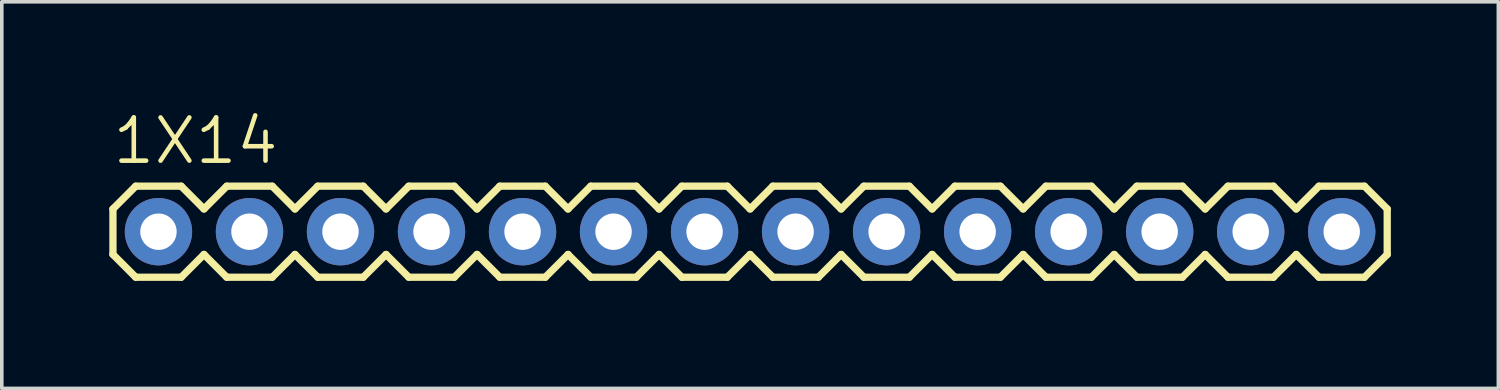
<source format=kicad_pcb>
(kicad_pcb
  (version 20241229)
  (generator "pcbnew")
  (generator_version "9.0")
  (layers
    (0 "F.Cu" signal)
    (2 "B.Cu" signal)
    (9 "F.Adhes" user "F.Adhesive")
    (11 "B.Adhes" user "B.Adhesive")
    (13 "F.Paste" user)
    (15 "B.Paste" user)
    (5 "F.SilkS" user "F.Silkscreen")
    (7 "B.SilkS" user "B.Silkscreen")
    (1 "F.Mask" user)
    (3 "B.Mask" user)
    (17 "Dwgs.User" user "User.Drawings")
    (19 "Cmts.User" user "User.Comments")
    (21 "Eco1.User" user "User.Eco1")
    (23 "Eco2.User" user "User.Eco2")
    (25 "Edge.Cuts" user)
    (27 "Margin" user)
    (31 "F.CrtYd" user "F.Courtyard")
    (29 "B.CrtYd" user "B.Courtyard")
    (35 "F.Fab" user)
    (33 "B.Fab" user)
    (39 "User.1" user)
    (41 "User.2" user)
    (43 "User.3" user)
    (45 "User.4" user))
  (footprint "1X14"
    (layer "F.Cu")
    (at 1.372 3.416)
    (property "Reference" "1X14" (at -1.346 -1.829 0) (layer "F.SilkS") (effects (font (size 1.206 1.206) (thickness 0.127)) (justify left bottom)))
    (attr through_hole)
    (fp_line (start -1.27 -0.635) (end -1.27 0.635) (stroke (width 0.203) (type solid)) (layer "F.SilkS"))
    (fp_line (start -1.27 0.635) (end -0.635 1.27) (stroke (width 0.203) (type solid)) (layer "F.SilkS"))
    (fp_line (start -0.635 -1.27) (end -1.27 -0.635) (stroke (width 0.203) (type solid)) (layer "F.SilkS"))
    (fp_line (start -0.635 -1.27) (end 0.635 -1.27) (stroke (width 0.203) (type solid)) (layer "F.SilkS"))
    (fp_line (start 0.635 -1.27) (end 1.27 -0.635) (stroke (width 0.203) (type solid)) (layer "F.SilkS"))
    (fp_line (start 0.635 1.27) (end -0.635 1.27) (stroke (width 0.203) (type solid)) (layer "F.SilkS"))
    (fp_line (start 1.27 -0.635) (end 1.905 -1.27) (stroke (width 0.203) (type solid)) (layer "F.SilkS"))
    (fp_line (start 1.27 0.635) (end 0.635 1.27) (stroke (width 0.203) (type solid)) (layer "F.SilkS"))
    (fp_line (start 1.905 -1.27) (end 3.175 -1.27) (stroke (width 0.203) (type solid)) (layer "F.SilkS"))
    (fp_line (start 1.905 1.27) (end 1.27 0.635) (stroke (width 0.203) (type solid)) (layer "F.SilkS"))
    (fp_line (start 3.175 -1.27) (end 3.81 -0.635) (stroke (width 0.203) (type solid)) (layer "F.SilkS"))
    (fp_line (start 3.175 1.27) (end 1.905 1.27) (stroke (width 0.203) (type solid)) (layer "F.SilkS"))
    (fp_line (start 3.81 -0.635) (end 4.445 -1.27) (stroke (width 0.203) (type solid)) (layer "F.SilkS"))
    (fp_line (start 3.81 0.635) (end 3.175 1.27) (stroke (width 0.203) (type solid)) (layer "F.SilkS"))
    (fp_line (start 4.445 -1.27) (end 5.715 -1.27) (stroke (width 0.203) (type solid)) (layer "F.SilkS"))
    (fp_line (start 4.445 1.27) (end 3.81 0.635) (stroke (width 0.203) (type solid)) (layer "F.SilkS"))
    (fp_line (start 5.715 -1.27) (end 6.35 -0.635) (stroke (width 0.203) (type solid)) (layer "F.SilkS"))
    (fp_line (start 5.715 1.27) (end 4.445 1.27) (stroke (width 0.203) (type solid)) (layer "F.SilkS"))
    (fp_line (start 6.35 0.635) (end 5.715 1.27) (stroke (width 0.203) (type solid)) (layer "F.SilkS"))
    (fp_line (start 6.35 0.635) (end 6.985 1.27) (stroke (width 0.203) (type solid)) (layer "F.SilkS"))
    (fp_line (start 6.985 -1.27) (end 6.35 -0.635) (stroke (width 0.203) (type solid)) (layer "F.SilkS"))
    (fp_line (start 6.985 -1.27) (end 8.255 -1.27) (stroke (width 0.203) (type solid)) (layer "F.SilkS"))
    (fp_line (start 8.255 -1.27) (end 8.89 -0.635) (stroke (width 0.203) (type solid)) (layer "F.SilkS"))
    (fp_line (start 8.255 1.27) (end 6.985 1.27) (stroke (width 0.203) (type solid)) (layer "F.SilkS"))
    (fp_line (start 8.89 -0.635) (end 9.525 -1.27) (stroke (width 0.203) (type solid)) (layer "F.SilkS"))
    (fp_line (start 8.89 0.635) (end 8.255 1.27) (stroke (width 0.203) (type solid)) (layer "F.SilkS"))
    (fp_line (start 9.525 -1.27) (end 10.795 -1.27) (stroke (width 0.203) (type solid)) (layer "F.SilkS"))
    (fp_line (start 9.525 1.27) (end 8.89 0.635) (stroke (width 0.203) (type solid)) (layer "F.SilkS"))
    (fp_line (start 10.795 -1.27) (end 11.43 -0.635) (stroke (width 0.203) (type solid)) (layer "F.SilkS"))
    (fp_line (start 10.795 1.27) (end 9.525 1.27) (stroke (width 0.203) (type solid)) (layer "F.SilkS"))
    (fp_line (start 11.43 -0.635) (end 12.065 -1.27) (stroke (width 0.203) (type solid)) (layer "F.SilkS"))
    (fp_line (start 11.43 0.635) (end 10.795 1.27) (stroke (width 0.203) (type solid)) (layer "F.SilkS"))
    (fp_line (start 12.065 -1.27) (end 13.335 -1.27) (stroke (width 0.203) (type solid)) (layer "F.SilkS"))
    (fp_line (start 12.065 1.27) (end 11.43 0.635) (stroke (width 0.203) (type solid)) (layer "F.SilkS"))
    (fp_line (start 13.335 -1.27) (end 13.97 -0.635) (stroke (width 0.203) (type solid)) (layer "F.SilkS"))
    (fp_line (start 13.335 1.27) (end 12.065 1.27) (stroke (width 0.203) (type solid)) (layer "F.SilkS"))
    (fp_line (start 13.97 0.635) (end 13.335 1.27) (stroke (width 0.203) (type solid)) (layer "F.SilkS"))
    (fp_line (start 13.97 0.635) (end 14.605 1.27) (stroke (width 0.203) (type solid)) (layer "F.SilkS"))
    (fp_line (start 14.605 -1.27) (end 13.97 -0.635) (stroke (width 0.203) (type solid)) (layer "F.SilkS"))
    (fp_line (start 14.605 -1.27) (end 15.875 -1.27) (stroke (width 0.203) (type solid)) (layer "F.SilkS"))
    (fp_line (start 15.875 -1.27) (end 16.51 -0.635) (stroke (width 0.203) (type solid)) (layer "F.SilkS"))
    (fp_line (start 15.875 1.27) (end 14.605 1.27) (stroke (width 0.203) (type solid)) (layer "F.SilkS"))
    (fp_line (start 16.51 0.635) (end 15.875 1.27) (stroke (width 0.203) (type solid)) (layer "F.SilkS"))
    (fp_line (start 16.51 0.635) (end 17.145 1.27) (stroke (width 0.203) (type solid)) (layer "F.SilkS"))
    (fp_line (start 17.145 -1.27) (end 16.51 -0.635) (stroke (width 0.203) (type solid)) (layer "F.SilkS"))
    (fp_line (start 17.145 -1.27) (end 18.415 -1.27) (stroke (width 0.203) (type solid)) (layer "F.SilkS"))
    (fp_line (start 18.415 -1.27) (end 19.05 -0.635) (stroke (width 0.203) (type solid)) (layer "F.SilkS"))
    (fp_line (start 18.415 1.27) (end 17.145 1.27) (stroke (width 0.203) (type solid)) (layer "F.SilkS"))
    (fp_line (start 19.05 -0.635) (end 19.685 -1.27) (stroke (width 0.203) (type solid)) (layer "F.SilkS"))
    (fp_line (start 19.05 0.635) (end 18.415 1.27) (stroke (width 0.203) (type solid)) (layer "F.SilkS"))
    (fp_line (start 19.685 -1.27) (end 20.955 -1.27) (stroke (width 0.203) (type solid)) (layer "F.SilkS"))
    (fp_line (start 19.685 1.27) (end 19.05 0.635) (stroke (width 0.203) (type solid)) (layer "F.SilkS"))
    (fp_line (start 20.955 -1.27) (end 21.59 -0.635) (stroke (width 0.203) (type solid)) (layer "F.SilkS"))
    (fp_line (start 20.955 1.27) (end 19.685 1.27) (stroke (width 0.203) (type solid)) (layer "F.SilkS"))
    (fp_line (start 21.59 -0.635) (end 22.225 -1.27) (stroke (width 0.203) (type solid)) (layer "F.SilkS"))
    (fp_line (start 21.59 0.635) (end 20.955 1.27) (stroke (width 0.203) (type solid)) (layer "F.SilkS"))
    (fp_line (start 22.225 -1.27) (end 23.495 -1.27) (stroke (width 0.203) (type solid)) (layer "F.SilkS"))
    (fp_line (start 22.225 1.27) (end 21.59 0.635) (stroke (width 0.203) (type solid)) (layer "F.SilkS"))
    (fp_line (start 23.495 -1.27) (end 24.13 -0.635) (stroke (width 0.203) (type solid)) (layer "F.SilkS"))
    (fp_line (start 23.495 1.27) (end 22.225 1.27) (stroke (width 0.203) (type solid)) (layer "F.SilkS"))
    (fp_line (start 24.13 0.635) (end 23.495 1.27) (stroke (width 0.203) (type solid)) (layer "F.SilkS"))
    (fp_line (start 24.13 0.635) (end 24.765 1.27) (stroke (width 0.203) (type solid)) (layer "F.SilkS"))
    (fp_line (start 24.765 -1.27) (end 24.13 -0.635) (stroke (width 0.203) (type solid)) (layer "F.SilkS"))
    (fp_line (start 24.765 -1.27) (end 26.035 -1.27) (stroke (width 0.203) (type solid)) (layer "F.SilkS"))
    (fp_line (start 26.035 -1.27) (end 26.67 -0.635) (stroke (width 0.203) (type solid)) (layer "F.SilkS"))
    (fp_line (start 26.035 1.27) (end 24.765 1.27) (stroke (width 0.203) (type solid)) (layer "F.SilkS"))
    (fp_line (start 26.67 -0.635) (end 27.305 -1.27) (stroke (width 0.203) (type solid)) (layer "F.SilkS"))
    (fp_line (start 26.67 0.635) (end 26.035 1.27) (stroke (width 0.203) (type solid)) (layer "F.SilkS"))
    (fp_line (start 27.305 -1.27) (end 28.575 -1.27) (stroke (width 0.203) (type solid)) (layer "F.SilkS"))
    (fp_line (start 27.305 1.27) (end 26.67 0.635) (stroke (width 0.203) (type solid)) (layer "F.SilkS"))
    (fp_line (start 28.575 -1.27) (end 29.21 -0.635) (stroke (width 0.203) (type solid)) (layer "F.SilkS"))
    (fp_line (start 28.575 1.27) (end 27.305 1.27) (stroke (width 0.203) (type solid)) (layer "F.SilkS"))
    (fp_line (start 29.21 -0.635) (end 29.845 -1.27) (stroke (width 0.203) (type solid)) (layer "F.SilkS"))
    (fp_line (start 29.21 0.635) (end 28.575 1.27) (stroke (width 0.203) (type solid)) (layer "F.SilkS"))
    (fp_line (start 29.845 -1.27) (end 31.115 -1.27) (stroke (width 0.203) (type solid)) (layer "F.SilkS"))
    (fp_line (start 29.845 1.27) (end 29.21 0.635) (stroke (width 0.203) (type solid)) (layer "F.SilkS"))
    (fp_line (start 31.115 -1.27) (end 31.75 -0.635) (stroke (width 0.203) (type solid)) (layer "F.SilkS"))
    (fp_line (start 31.115 1.27) (end 29.845 1.27) (stroke (width 0.203) (type solid)) (layer "F.SilkS"))
    (fp_line (start 31.75 0.635) (end 31.115 1.27) (stroke (width 0.203) (type solid)) (layer "F.SilkS"))
    (fp_line (start 31.75 0.635) (end 32.385 1.27) (stroke (width 0.203) (type solid)) (layer "F.SilkS"))
    (fp_line (start 32.385 -1.27) (end 31.75 -0.635) (stroke (width 0.203) (type solid)) (layer "F.SilkS"))
    (fp_line (start 32.385 -1.27) (end 33.655 -1.27) (stroke (width 0.203) (type solid)) (layer "F.SilkS"))
    (fp_line (start 33.655 -1.27) (end 34.29 -0.635) (stroke (width 0.203) (type solid)) (layer "F.SilkS"))
    (fp_line (start 33.655 1.27) (end 32.385 1.27) (stroke (width 0.203) (type solid)) (layer "F.SilkS"))
    (fp_line (start 34.29 -0.635) (end 34.29 0.635) (stroke (width 0.203) (type solid)) (layer "F.SilkS"))
    (fp_line (start 34.29 0.635) (end 33.655 1.27) (stroke (width 0.203) (type solid)) (layer "F.SilkS"))
    (fp_poly (pts (xy -0.254 0.254) (xy 0.254 0.254) (xy 0.254 -0.254) (xy -0.254 -0.254)) (stroke (width 0.1) (type solid)) (fill no) (layer "F.Fab"))
    (fp_poly (pts (xy 2.286 0.254) (xy 2.794 0.254) (xy 2.794 -0.254) (xy 2.286 -0.254)) (stroke (width 0.1) (type solid)) (fill no) (layer "F.Fab"))
    (fp_poly (pts (xy 4.826 0.254) (xy 5.334 0.254) (xy 5.334 -0.254) (xy 4.826 -0.254)) (stroke (width 0.1) (type solid)) (fill no) (layer "F.Fab"))
    (fp_poly (pts (xy 7.366 0.254) (xy 7.874 0.254) (xy 7.874 -0.254) (xy 7.366 -0.254)) (stroke (width 0.1) (type solid)) (fill no) (layer "F.Fab"))
    (fp_poly (pts (xy 9.906 0.254) (xy 10.414 0.254) (xy 10.414 -0.254) (xy 9.906 -0.254)) (stroke (width 0.1) (type solid)) (fill no) (layer "F.Fab"))
    (fp_poly (pts (xy 12.446 0.254) (xy 12.954 0.254) (xy 12.954 -0.254) (xy 12.446 -0.254)) (stroke (width 0.1) (type solid)) (fill no) (layer "F.Fab"))
    (fp_poly (pts (xy 14.986 0.254) (xy 15.494 0.254) (xy 15.494 -0.254) (xy 14.986 -0.254)) (stroke (width 0.1) (type solid)) (fill no) (layer "F.Fab"))
    (fp_poly (pts (xy 17.526 0.254) (xy 18.034 0.254) (xy 18.034 -0.254) (xy 17.526 -0.254)) (stroke (width 0.1) (type solid)) (fill no) (layer "F.Fab"))
    (fp_poly (pts (xy 20.066 0.254) (xy 20.574 0.254) (xy 20.574 -0.254) (xy 20.066 -0.254)) (stroke (width 0.1) (type solid)) (fill no) (layer "F.Fab"))
    (fp_poly (pts (xy 22.606 0.254) (xy 23.114 0.254) (xy 23.114 -0.254) (xy 22.606 -0.254)) (stroke (width 0.1) (type solid)) (fill no) (layer "F.Fab"))
    (fp_poly (pts (xy 25.146 0.254) (xy 25.654 0.254) (xy 25.654 -0.254) (xy 25.146 -0.254)) (stroke (width 0.1) (type solid)) (fill no) (layer "F.Fab"))
    (fp_poly (pts (xy 27.686 0.254) (xy 28.194 0.254) (xy 28.194 -0.254) (xy 27.686 -0.254)) (stroke (width 0.1) (type solid)) (fill no) (layer "F.Fab"))
    (fp_poly (pts (xy 30.226 0.254) (xy 30.734 0.254) (xy 30.734 -0.254) (xy 30.226 -0.254)) (stroke (width 0.1) (type solid)) (fill no) (layer "F.Fab"))
    (fp_poly (pts (xy 32.766 0.254) (xy 33.274 0.254) (xy 33.274 -0.254) (xy 32.766 -0.254)) (stroke (width 0.1) (type solid)) (fill no) (layer "F.Fab"))
    (pad "1" thru_hole circle (at 0 0 90) (size 1.88 1.88) (drill 1.016) (layers "*.Cu" "*.Mask"))
    (pad "2" thru_hole circle (at 2.54 0 90) (size 1.88 1.88) (drill 1.016) (layers "*.Cu" "*.Mask"))
    (pad "3" thru_hole circle (at 5.08 0 90) (size 1.88 1.88) (drill 1.016) (layers "*.Cu" "*.Mask"))
    (pad "4" thru_hole circle (at 7.62 0 90) (size 1.88 1.88) (drill 1.016) (layers "*.Cu" "*.Mask"))
    (pad "5" thru_hole circle (at 10.16 0 90) (size 1.88 1.88) (drill 1.016) (layers "*.Cu" "*.Mask"))
    (pad "6" thru_hole circle (at 12.7 0 90) (size 1.88 1.88) (drill 1.016) (layers "*.Cu" "*.Mask"))
    (pad "7" thru_hole circle (at 15.24 0 90) (size 1.88 1.88) (drill 1.016) (layers "*.Cu" "*.Mask"))
    (pad "8" thru_hole circle (at 17.78 0 90) (size 1.88 1.88) (drill 1.016) (layers "*.Cu" "*.Mask"))
    (pad "9" thru_hole circle (at 20.32 0 90) (size 1.88 1.88) (drill 1.016) (layers "*.Cu" "*.Mask"))
    (pad "10" thru_hole circle (at 22.86 0 90) (size 1.88 1.88) (drill 1.016) (layers "*.Cu" "*.Mask"))
    (pad "11" thru_hole circle (at 25.4 0 90) (size 1.88 1.88) (drill 1.016) (layers "*.Cu" "*.Mask"))
    (pad "12" thru_hole circle (at 27.94 0 90) (size 1.88 1.88) (drill 1.016) (layers "*.Cu" "*.Mask"))
    (pad "13" thru_hole circle (at 30.48 0 90) (size 1.88 1.88) (drill 1.016) (layers "*.Cu" "*.Mask"))
    (pad "14" thru_hole circle (at 33.02 0 90) (size 1.88 1.88) (drill 1.016) (layers "*.Cu" "*.Mask")))
  (gr_rect
    (start -3 -3)
    (end 38.763 7.788)
    (stroke (width 0.1) (type default))
    (fill no)
    (layer "Edge.Cuts")))
</source>
